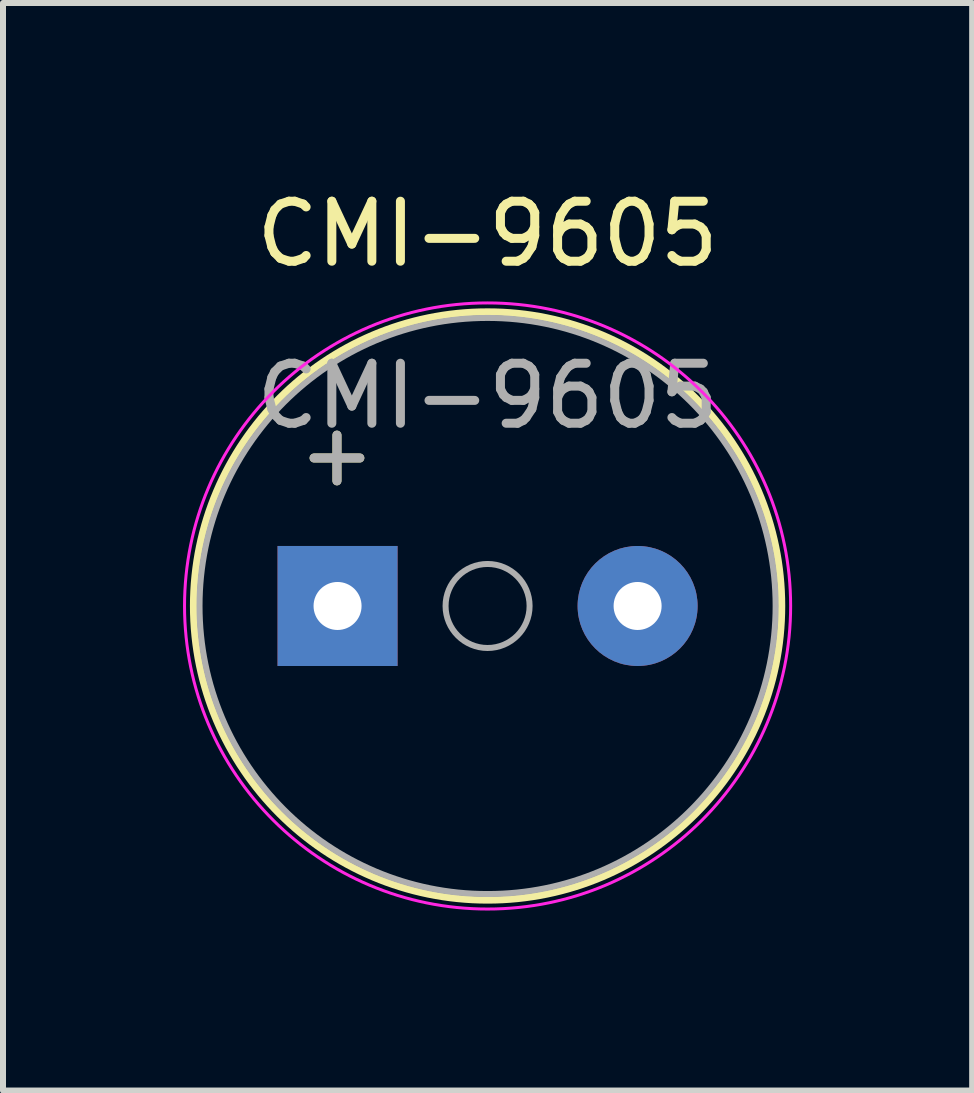
<source format=kicad_pcb>
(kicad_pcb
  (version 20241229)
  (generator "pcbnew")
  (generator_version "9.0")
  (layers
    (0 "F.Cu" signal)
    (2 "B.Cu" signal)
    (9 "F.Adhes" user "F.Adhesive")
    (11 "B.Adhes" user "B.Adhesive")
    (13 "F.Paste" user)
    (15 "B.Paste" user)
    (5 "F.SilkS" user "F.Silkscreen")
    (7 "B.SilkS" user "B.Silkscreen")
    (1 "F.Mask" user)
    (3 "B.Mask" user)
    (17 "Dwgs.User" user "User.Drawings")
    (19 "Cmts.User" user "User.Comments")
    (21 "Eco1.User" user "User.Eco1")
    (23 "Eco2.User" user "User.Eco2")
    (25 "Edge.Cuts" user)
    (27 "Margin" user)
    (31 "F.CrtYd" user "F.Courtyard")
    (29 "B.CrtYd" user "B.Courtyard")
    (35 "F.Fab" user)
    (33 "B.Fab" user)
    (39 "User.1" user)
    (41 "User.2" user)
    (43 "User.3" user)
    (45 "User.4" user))
  (footprint "CMI-9605"
    (layer "F.Cu")
    (at 2.575 7.048)
    (property "Reference" "CMI-9605" (at 2.5 -6.2 0) (layer "F.SilkS") (effects (font (size 1 1) (thickness 0.15))))
    (attr through_hole)
    (fp_circle (center 2.5 0) (end 7.4 0) (stroke (width 0.12) (type solid)) (fill no) (layer "F.SilkS"))
    (fp_circle (center 2.5 0) (end 7.55 0) (stroke (width 0.05) (type solid)) (fill no) (layer "F.CrtYd"))
    (fp_circle (center 2.5 0) (end 3.2 0) (stroke (width 0.1) (type solid)) (fill no) (layer "F.Fab"))
    (fp_circle (center 2.5 0) (end 7.3 0) (stroke (width 0.1) (type solid)) (fill no) (layer "F.Fab"))
    (fp_text user "+" (at -0.01 -2.54 0) (layer "F.SilkS") (effects (font (size 1 1) (thickness 0.15))))
    (fp_text user "${REFERENCE}" (at 2.5 -3.5 0) (layer "F.Fab") (effects (font (size 1 1) (thickness 0.15))))
    (fp_text user "+" (at -0.01 -2.54 0) (layer "F.Fab") (effects (font (size 1 1) (thickness 0.15))))
    (pad "1" thru_hole rect (at 0 0) (size 2 2) (drill 0.8) (layers "*.Cu" "*.Mask"))
    (pad "2" thru_hole circle (at 5 0) (size 2 2) (drill 0.8) (layers "*.Cu" "*.Mask")))
  (gr_rect
    (start -3 -3)
    (end 13.15 15.123)
    (stroke (width 0.1) (type default))
    (fill no)
    (layer "Edge.Cuts")))
</source>
